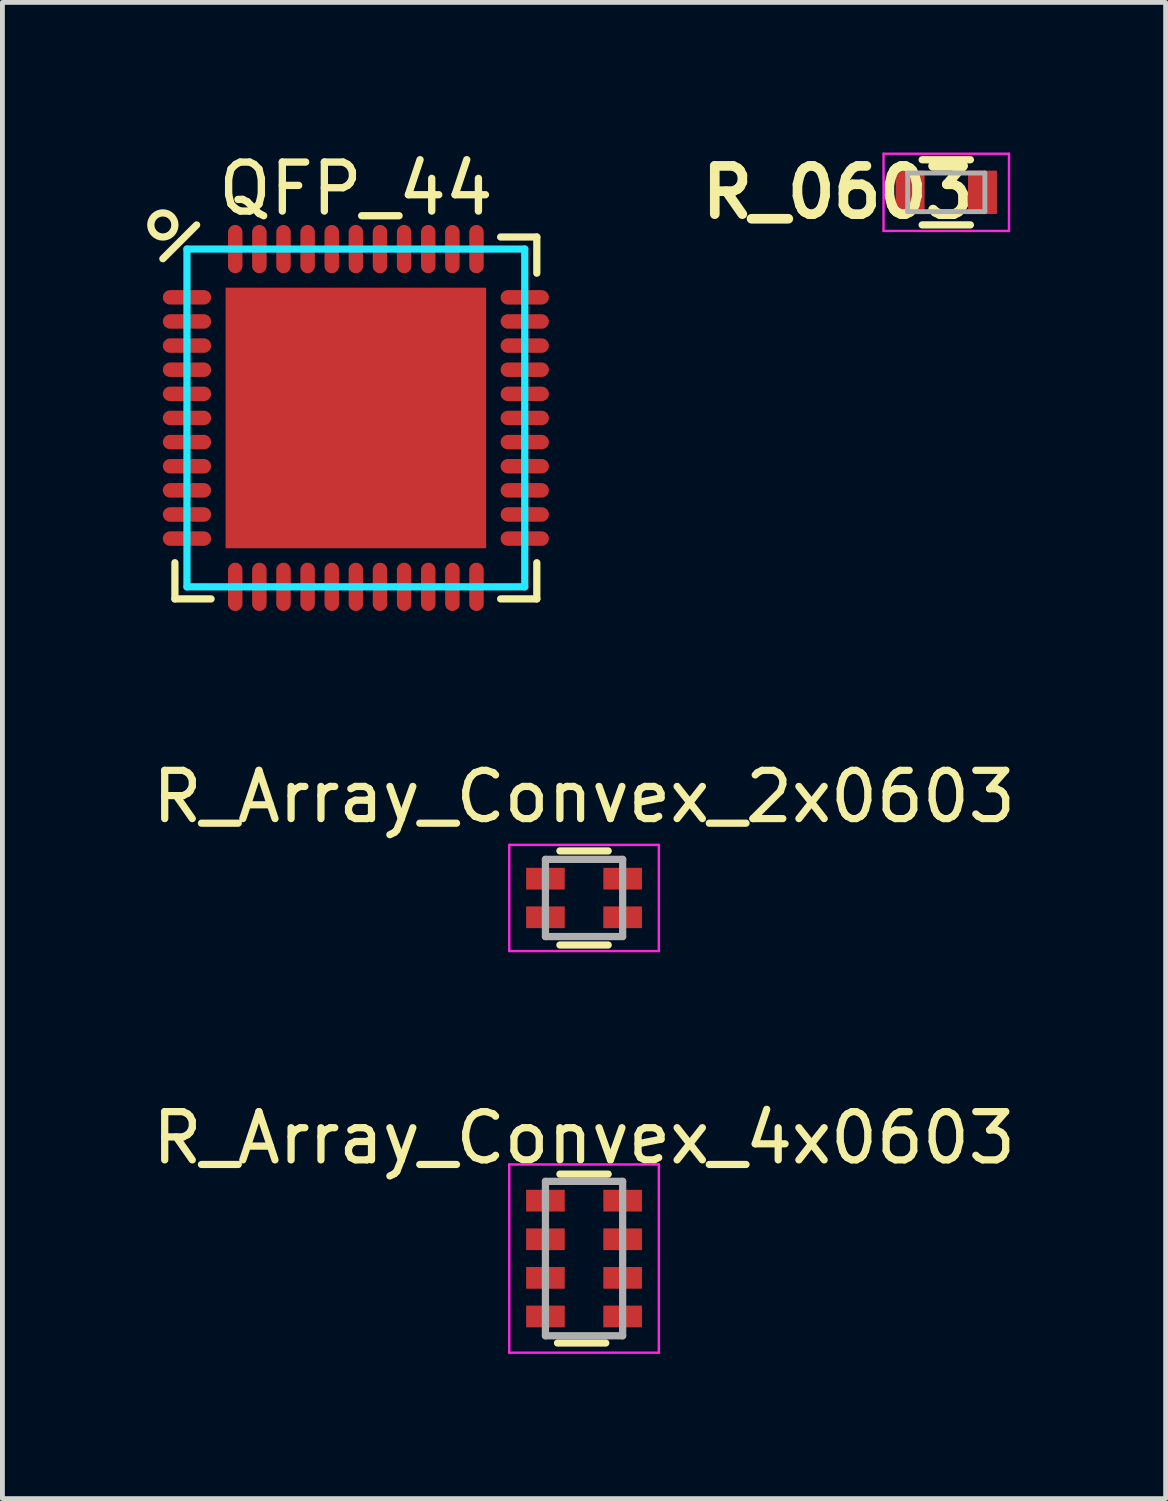
<source format=kicad_pcb>
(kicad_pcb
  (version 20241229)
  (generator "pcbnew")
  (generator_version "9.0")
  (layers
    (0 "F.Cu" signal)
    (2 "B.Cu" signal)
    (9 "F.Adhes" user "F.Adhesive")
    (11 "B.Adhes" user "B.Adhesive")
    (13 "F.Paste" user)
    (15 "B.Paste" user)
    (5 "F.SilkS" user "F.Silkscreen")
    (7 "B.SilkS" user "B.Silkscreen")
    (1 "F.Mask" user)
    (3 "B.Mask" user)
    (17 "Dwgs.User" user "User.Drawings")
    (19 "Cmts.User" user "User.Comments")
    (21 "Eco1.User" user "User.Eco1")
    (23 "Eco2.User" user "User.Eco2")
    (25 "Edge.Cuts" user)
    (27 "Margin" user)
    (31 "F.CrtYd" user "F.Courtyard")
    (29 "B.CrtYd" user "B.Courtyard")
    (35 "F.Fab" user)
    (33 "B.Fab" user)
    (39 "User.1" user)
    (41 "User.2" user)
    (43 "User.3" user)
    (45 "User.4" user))
  (footprint "QFP_44"
    (layer "F.Cu")
    (at 4.325 5.612)
    (property "Reference" "QFP_44" (at 0 -4.75 0) (layer "F.SilkS") (effects (font (size 1.016 1.016) (thickness 0.152))))
    (attr through_hole)
    (fp_line (start -3.75 3) (end -3.75 3.75) (stroke (width 0.15) (type solid)) (layer "F.SilkS"))
    (fp_line (start -3.75 3.75) (end -3 3.75) (stroke (width 0.15) (type solid)) (layer "F.SilkS"))
    (fp_line (start -3.3 -4) (end -4 -3.3) (stroke (width 0.15) (type solid)) (layer "F.SilkS"))
    (fp_line (start 3 -3.75) (end 3.75 -3.75) (stroke (width 0.15) (type solid)) (layer "F.SilkS"))
    (fp_line (start 3 3.75) (end 3.75 3.75) (stroke (width 0.15) (type solid)) (layer "F.SilkS"))
    (fp_line (start 3.75 -3.75) (end 3.75 -3) (stroke (width 0.15) (type solid)) (layer "F.SilkS"))
    (fp_line (start 3.75 3.75) (end 3.75 3) (stroke (width 0.15) (type solid)) (layer "F.SilkS"))
    (fp_circle (center -4 -4) (end -4 -3.75) (stroke (width 0.15) (type solid)) (fill no) (layer "F.SilkS"))
    (fp_line (start -3.5 -3.5) (end 3.5 -3.5) (stroke (width 0.15) (type solid)) (layer "B.CrtYd"))
    (fp_line (start -3.5 3.5) (end -3.5 -3.5) (stroke (width 0.15) (type solid)) (layer "B.CrtYd"))
    (fp_line (start 3.5 -3.5) (end 3.5 3.5) (stroke (width 0.15) (type solid)) (layer "B.CrtYd"))
    (fp_line (start 3.5 3.5) (end -3.5 3.5) (stroke (width 0.15) (type solid)) (layer "B.CrtYd"))
    (pad "" smd circle (at -2.25 -2.25) (size 0.8 0.8) (layers "F.Paste"))
    (pad "" smd circle (at -2.25 -1.35) (size 0.8 0.8) (layers "F.Paste"))
    (pad "" smd circle (at -2.25 -0.45) (size 0.8 0.8) (layers "F.Paste"))
    (pad "" smd circle (at -2.25 0.45) (size 0.8 0.8) (layers "F.Paste"))
    (pad "" smd circle (at -2.25 1.35) (size 0.8 0.8) (layers "F.Paste"))
    (pad "" smd circle (at -2.25 2.25) (size 0.8 0.8) (layers "F.Paste"))
    (pad "" smd circle (at -1.35 -2.25) (size 0.8 0.8) (layers "F.Paste"))
    (pad "" smd circle (at -1.35 -1.35) (size 0.8 0.8) (layers "F.Paste"))
    (pad "" smd circle (at -1.35 -0.45) (size 0.8 0.8) (layers "F.Paste"))
    (pad "" smd circle (at -1.35 0.45) (size 0.8 0.8) (layers "F.Paste"))
    (pad "" smd circle (at -1.35 1.35) (size 0.8 0.8) (layers "F.Paste"))
    (pad "" smd circle (at -1.35 2.25) (size 0.8 0.8) (layers "F.Paste"))
    (pad "" smd circle (at -0.45 -2.25) (size 0.8 0.8) (layers "F.Paste"))
    (pad "" smd circle (at -0.45 -1.35) (size 0.8 0.8) (layers "F.Paste"))
    (pad "" smd circle (at -0.45 -0.45) (size 0.8 0.8) (layers "F.Paste"))
    (pad "" smd circle (at -0.45 0.45) (size 0.8 0.8) (layers "F.Paste"))
    (pad "" smd circle (at -0.45 1.35) (size 0.8 0.8) (layers "F.Paste"))
    (pad "" smd circle (at -0.45 2.25) (size 0.8 0.8) (layers "F.Paste"))
    (pad "" smd circle (at 0.45 -2.25) (size 0.8 0.8) (layers "F.Paste"))
    (pad "" smd circle (at 0.45 -1.35) (size 0.8 0.8) (layers "F.Paste"))
    (pad "" smd circle (at 0.45 -0.45) (size 0.8 0.8) (layers "F.Paste"))
    (pad "" smd circle (at 0.45 0.45) (size 0.8 0.8) (layers "F.Paste"))
    (pad "" smd circle (at 0.45 1.35) (size 0.8 0.8) (layers "F.Paste"))
    (pad "" smd circle (at 0.45 2.25) (size 0.8 0.8) (layers "F.Paste"))
    (pad "" smd circle (at 1.35 -2.25) (size 0.8 0.8) (layers "F.Paste"))
    (pad "" smd circle (at 1.35 -1.35) (size 0.8 0.8) (layers "F.Paste"))
    (pad "" smd circle (at 1.35 -0.45) (size 0.8 0.8) (layers "F.Paste"))
    (pad "" smd circle (at 1.35 0.45) (size 0.8 0.8) (layers "F.Paste"))
    (pad "" smd circle (at 1.35 1.35) (size 0.8 0.8) (layers "F.Paste"))
    (pad "" smd circle (at 1.35 2.25) (size 0.8 0.8) (layers "F.Paste"))
    (pad "" smd circle (at 2.25 -2.25) (size 0.8 0.8) (layers "F.Paste"))
    (pad "" smd circle (at 2.25 -1.35) (size 0.8 0.8) (layers "F.Paste"))
    (pad "" smd circle (at 2.25 -0.45) (size 0.8 0.8) (layers "F.Paste"))
    (pad "" smd circle (at 2.25 0.45) (size 0.8 0.8) (layers "F.Paste"))
    (pad "" smd circle (at 2.25 1.35) (size 0.8 0.8) (layers "F.Paste"))
    (pad "" smd circle (at 2.25 2.25) (size 0.8 0.8) (layers "F.Paste"))
    (pad "1" smd oval (at -3.5 -2.5 90) (size 0.3 1) (layers "F.Cu" "F.Mask" "F.Paste"))
    (pad "2" smd oval (at -3.5 -2 90) (size 0.3 1) (layers "F.Cu" "F.Mask" "F.Paste"))
    (pad "3" smd oval (at -3.5 -1.5 90) (size 0.3 1) (layers "F.Cu" "F.Mask" "F.Paste"))
    (pad "4" smd oval (at -3.5 -1 90) (size 0.3 1) (layers "F.Cu" "F.Mask" "F.Paste"))
    (pad "5" smd oval (at -3.5 -0.5 90) (size 0.3 1) (layers "F.Cu" "F.Mask" "F.Paste"))
    (pad "6" smd oval (at -3.5 0 90) (size 0.3 1) (layers "F.Cu" "F.Mask" "F.Paste"))
    (pad "7" smd oval (at -3.5 0.5 90) (size 0.3 1) (layers "F.Cu" "F.Mask" "F.Paste"))
    (pad "8" smd oval (at -3.5 1 90) (size 0.3 1) (layers "F.Cu" "F.Mask" "F.Paste"))
    (pad "9" smd oval (at -3.5 1.5 90) (size 0.3 1) (layers "F.Cu" "F.Mask" "F.Paste"))
    (pad "10" smd oval (at -3.5 2 90) (size 0.3 1) (layers "F.Cu" "F.Mask" "F.Paste"))
    (pad "11" smd oval (at -3.5 2.5 90) (size 0.3 1) (layers "F.Cu" "F.Mask" "F.Paste"))
    (pad "12" smd oval (at -2.5 3.5) (size 0.3 1) (layers "F.Cu" "F.Mask" "F.Paste"))
    (pad "13" smd oval (at -2 3.5) (size 0.3 1) (layers "F.Cu" "F.Mask" "F.Paste"))
    (pad "14" smd oval (at -1.5 3.5) (size 0.3 1) (layers "F.Cu" "F.Mask" "F.Paste"))
    (pad "15" smd oval (at -1 3.5) (size 0.3 1) (layers "F.Cu" "F.Mask" "F.Paste"))
    (pad "16" smd oval (at -0.5 3.5) (size 0.3 1) (layers "F.Cu" "F.Mask" "F.Paste"))
    (pad "17" smd oval (at 0 3.5) (size 0.3 1) (layers "F.Cu" "F.Mask" "F.Paste"))
    (pad "18" smd oval (at 0.5 3.5) (size 0.3 1) (layers "F.Cu" "F.Mask" "F.Paste"))
    (pad "19" smd oval (at 1 3.5) (size 0.3 1) (layers "F.Cu" "F.Mask" "F.Paste"))
    (pad "20" smd oval (at 1.5 3.5) (size 0.3 1) (layers "F.Cu" "F.Mask" "F.Paste"))
    (pad "21" smd oval (at 2 3.5) (size 0.3 1) (layers "F.Cu" "F.Mask" "F.Paste"))
    (pad "22" smd oval (at 2.5 3.5) (size 0.3 1) (layers "F.Cu" "F.Mask" "F.Paste"))
    (pad "23" smd oval (at 3.5 2.5 90) (size 0.3 1) (layers "F.Cu" "F.Mask" "F.Paste"))
    (pad "24" smd oval (at 3.5 2 90) (size 0.3 1) (layers "F.Cu" "F.Mask" "F.Paste"))
    (pad "25" smd oval (at 3.5 1.5 90) (size 0.3 1) (layers "F.Cu" "F.Mask" "F.Paste"))
    (pad "26" smd oval (at 3.5 1 90) (size 0.3 1) (layers "F.Cu" "F.Mask" "F.Paste"))
    (pad "27" smd oval (at 3.5 0.5 90) (size 0.3 1) (layers "F.Cu" "F.Mask" "F.Paste"))
    (pad "28" smd oval (at 3.5 0 90) (size 0.3 1) (layers "F.Cu" "F.Mask" "F.Paste"))
    (pad "29" smd oval (at 3.5 -0.5 90) (size 0.3 1) (layers "F.Cu" "F.Mask" "F.Paste"))
    (pad "30" smd oval (at 3.5 -1 90) (size 0.3 1) (layers "F.Cu" "F.Mask" "F.Paste"))
    (pad "31" smd oval (at 3.5 -1.5 90) (size 0.3 1) (layers "F.Cu" "F.Mask" "F.Paste"))
    (pad "32" smd oval (at 3.5 -2 90) (size 0.3 1) (layers "F.Cu" "F.Mask" "F.Paste"))
    (pad "33" smd oval (at 3.5 -2.5 90) (size 0.3 1) (layers "F.Cu" "F.Mask" "F.Paste"))
    (pad "34" smd oval (at 2.5 -3.5) (size 0.3 1) (layers "F.Cu" "F.Mask" "F.Paste"))
    (pad "35" smd oval (at 2 -3.5) (size 0.3 1) (layers "F.Cu" "F.Mask" "F.Paste"))
    (pad "36" smd oval (at 1.5 -3.5) (size 0.3 1) (layers "F.Cu" "F.Mask" "F.Paste"))
    (pad "37" smd oval (at 1 -3.5) (size 0.3 1) (layers "F.Cu" "F.Mask" "F.Paste"))
    (pad "38" smd oval (at 0.5 -3.5) (size 0.3 1) (layers "F.Cu" "F.Mask" "F.Paste"))
    (pad "39" smd oval (at 0 -3.5) (size 0.3 1) (layers "F.Cu" "F.Mask" "F.Paste"))
    (pad "40" smd oval (at -0.5 -3.5) (size 0.3 1) (layers "F.Cu" "F.Mask" "F.Paste"))
    (pad "41" smd oval (at -1 -3.5) (size 0.3 1) (layers "F.Cu" "F.Mask" "F.Paste"))
    (pad "42" smd oval (at -1.5 -3.5) (size 0.3 1) (layers "F.Cu" "F.Mask" "F.Paste"))
    (pad "43" smd oval (at -2 -3.5) (size 0.3 1) (layers "F.Cu" "F.Mask" "F.Paste"))
    (pad "44" smd oval (at -2.5 -3.5) (size 0.3 1) (layers "F.Cu" "F.Mask" "F.Paste"))
    (pad "45" smd rect (at 0 0) (size 5.4 5.4) (layers "F.Cu" "F.Mask")))
  (footprint "R_Array_Convex_4x0603"
    (layer "F.Cu")
    (at 9.054 23.033)
    (property "Reference" "R_Array_Convex_4x0603" (at 0 -2.5 0) (layer "F.SilkS") (effects (font (size 1 1) (thickness 0.15))))
    (attr smd)
    (fp_line (start 0.45 1.75) (end -0.55 1.75) (stroke (width 0.15) (type solid)) (layer "F.SilkS"))
    (fp_line (start 0.5 -1.75) (end -0.5 -1.75) (stroke (width 0.15) (type solid)) (layer "F.SilkS"))
    (fp_line (start -1.55 -1.95) (end -1.55 1.95) (stroke (width 0.05) (type solid)) (layer "F.CrtYd"))
    (fp_line (start -1.55 -1.95) (end 1.55 -1.95) (stroke (width 0.05) (type solid)) (layer "F.CrtYd"))
    (fp_line (start -1.55 1.95) (end 1.55 1.95) (stroke (width 0.05) (type solid)) (layer "F.CrtYd"))
    (fp_line (start 1.55 -1.95) (end 1.55 1.95) (stroke (width 0.05) (type solid)) (layer "F.CrtYd"))
    (fp_line (start -0.8 -1.6) (end 0.8 -1.6) (stroke (width 0.15) (type solid)) (layer "F.Fab"))
    (fp_line (start -0.8 1.6) (end -0.8 -1.6) (stroke (width 0.15) (type solid)) (layer "F.Fab"))
    (fp_line (start -0.8 1.6) (end 0.8 1.6) (stroke (width 0.15) (type solid)) (layer "F.Fab"))
    (fp_line (start 0.8 1.6) (end 0.8 -1.6) (stroke (width 0.15) (type solid)) (layer "F.Fab"))
    (pad "1" smd rect (at -0.8 -1.2) (size 0.8 0.45) (layers "F.Cu" "F.Mask" "F.Paste"))
    (pad "2" smd rect (at -0.8 -0.4) (size 0.8 0.45) (layers "F.Cu" "F.Mask" "F.Paste"))
    (pad "3" smd rect (at -0.8 0.4) (size 0.8 0.45) (layers "F.Cu" "F.Mask" "F.Paste"))
    (pad "4" smd rect (at -0.8 1.2) (size 0.8 0.45) (layers "F.Cu" "F.Mask" "F.Paste"))
    (pad "5" smd rect (at 0.8 1.2) (size 0.8 0.45) (layers "F.Cu" "F.Mask" "F.Paste"))
    (pad "6" smd rect (at 0.8 0.4) (size 0.8 0.45) (layers "F.Cu" "F.Mask" "F.Paste"))
    (pad "7" smd rect (at 0.8 -0.4) (size 0.8 0.45) (layers "F.Cu" "F.Mask" "F.Paste"))
    (pad "8" smd rect (at 0.8 -1.2) (size 0.8 0.45) (layers "F.Cu" "F.Mask" "F.Paste")))
  (footprint "R_Array_Convex_2x0603"
    (layer "F.Cu")
    (at 9.054 15.56)
    (property "Reference" "R_Array_Convex_2x0603" (at 0 -2.1 0) (layer "F.SilkS") (effects (font (size 1 1) (thickness 0.15))))
    (attr smd)
    (fp_line (start 0.5 -0.975) (end -0.5 -0.975) (stroke (width 0.15) (type solid)) (layer "F.SilkS"))
    (fp_line (start 0.5 0.975) (end -0.5 0.975) (stroke (width 0.15) (type solid)) (layer "F.SilkS"))
    (fp_line (start -1.55 -1.1) (end -1.55 1.1) (stroke (width 0.05) (type solid)) (layer "F.CrtYd"))
    (fp_line (start -1.55 -1.1) (end 1.55 -1.1) (stroke (width 0.05) (type solid)) (layer "F.CrtYd"))
    (fp_line (start -1.55 1.1) (end 1.55 1.1) (stroke (width 0.05) (type solid)) (layer "F.CrtYd"))
    (fp_line (start 1.55 -1.1) (end 1.55 1.1) (stroke (width 0.05) (type solid)) (layer "F.CrtYd"))
    (fp_line (start -0.8 -0.8) (end 0.8 -0.8) (stroke (width 0.15) (type solid)) (layer "F.Fab"))
    (fp_line (start -0.8 0.8) (end -0.8 -0.8) (stroke (width 0.15) (type solid)) (layer "F.Fab"))
    (fp_line (start -0.8 0.8) (end 0.8 0.8) (stroke (width 0.15) (type solid)) (layer "F.Fab"))
    (fp_line (start 0.8 0.8) (end 0.8 -0.8) (stroke (width 0.15) (type solid)) (layer "F.Fab"))
    (pad "1" smd rect (at -0.8 -0.4) (size 0.8 0.45) (layers "F.Cu" "F.Mask" "F.Paste"))
    (pad "2" smd rect (at -0.8 0.4) (size 0.8 0.45) (layers "F.Cu" "F.Mask" "F.Paste"))
    (pad "3" smd rect (at 0.8 0.4) (size 0.8 0.45) (layers "F.Cu" "F.Mask" "F.Paste"))
    (pad "4" smd rect (at 0.8 -0.4) (size 0.8 0.45) (layers "F.Cu" "F.Mask" "F.Paste")))
  (footprint "R_0603"
    (layer "F.Cu")
    (at 16.561 0.936)
    (property "Reference" "R_0603" (at -2.25 0 0) (layer "F.SilkS") (effects (font (size 1 1) (thickness 0.2))))
    (attr smd)
    (fp_line (start -0.5 -0.675) (end 0.5 -0.675) (stroke (width 0.15) (type solid)) (layer "F.SilkS"))
    (fp_line (start 0.5 0.675) (end -0.5 0.675) (stroke (width 0.15) (type solid)) (layer "F.SilkS"))
    (fp_line (start -1.3 -0.8) (end -1.3 0.8) (stroke (width 0.05) (type solid)) (layer "F.CrtYd"))
    (fp_line (start -1.3 -0.8) (end 1.3 -0.8) (stroke (width 0.05) (type solid)) (layer "F.CrtYd"))
    (fp_line (start -1.3 0.8) (end 1.3 0.8) (stroke (width 0.05) (type solid)) (layer "F.CrtYd"))
    (fp_line (start 1.3 -0.8) (end 1.3 0.8) (stroke (width 0.05) (type solid)) (layer "F.CrtYd"))
    (fp_line (start -0.8 -0.4) (end 0.8 -0.4) (stroke (width 0.1) (type solid)) (layer "F.Fab"))
    (fp_line (start -0.8 0.4) (end -0.8 -0.4) (stroke (width 0.1) (type solid)) (layer "F.Fab"))
    (fp_line (start 0.8 -0.4) (end 0.8 0.4) (stroke (width 0.1) (type solid)) (layer "F.Fab"))
    (fp_line (start 0.8 0.4) (end -0.8 0.4) (stroke (width 0.1) (type solid)) (layer "F.Fab"))
    (pad "1" smd rect (at -0.75 0) (size 0.6 0.9) (layers "F.Cu" "F.Mask" "F.Paste"))
    (pad "2" smd rect (at 0.75 0) (size 0.6 0.9) (layers "F.Cu" "F.Mask" "F.Paste")))
  (gr_rect
    (start -3 -3)
    (end 21.107 28.008)
    (stroke (width 0.1) (type default))
    (fill no)
    (layer "Edge.Cuts")))
</source>
